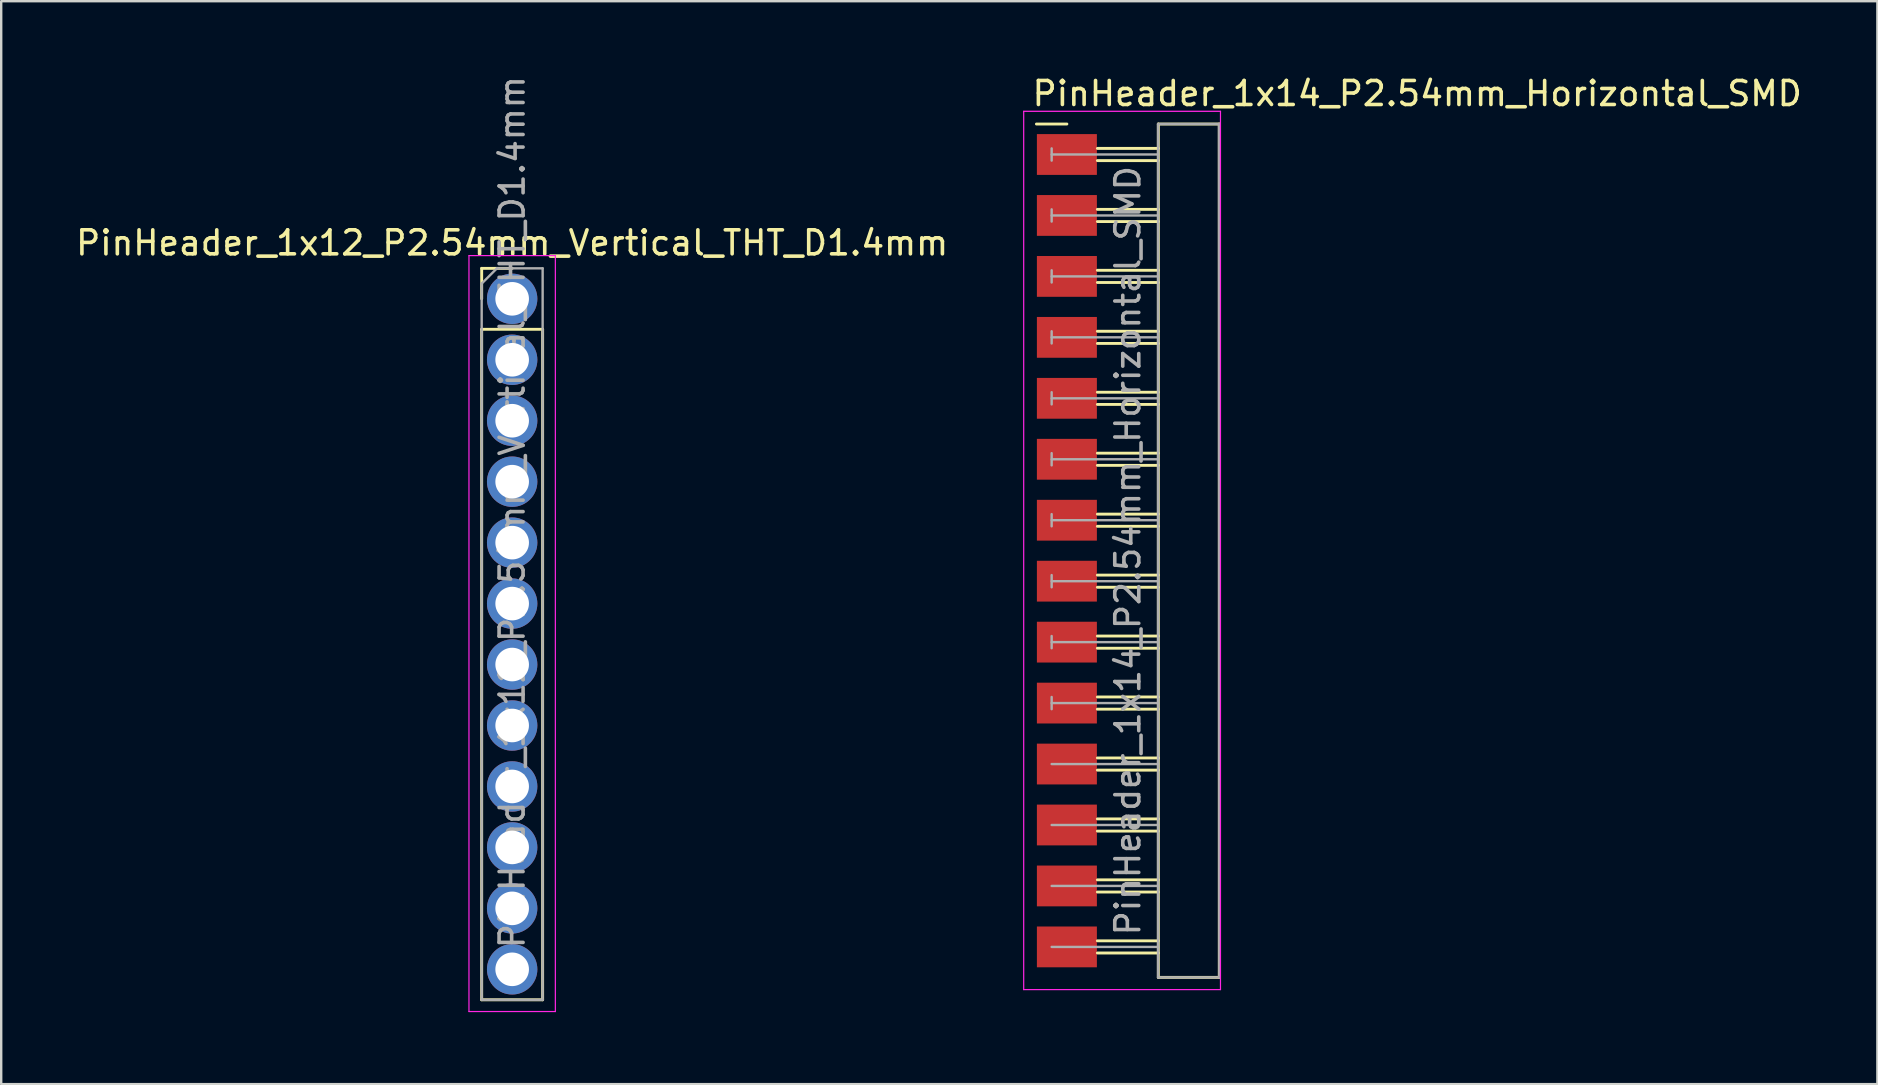
<source format=kicad_pcb>
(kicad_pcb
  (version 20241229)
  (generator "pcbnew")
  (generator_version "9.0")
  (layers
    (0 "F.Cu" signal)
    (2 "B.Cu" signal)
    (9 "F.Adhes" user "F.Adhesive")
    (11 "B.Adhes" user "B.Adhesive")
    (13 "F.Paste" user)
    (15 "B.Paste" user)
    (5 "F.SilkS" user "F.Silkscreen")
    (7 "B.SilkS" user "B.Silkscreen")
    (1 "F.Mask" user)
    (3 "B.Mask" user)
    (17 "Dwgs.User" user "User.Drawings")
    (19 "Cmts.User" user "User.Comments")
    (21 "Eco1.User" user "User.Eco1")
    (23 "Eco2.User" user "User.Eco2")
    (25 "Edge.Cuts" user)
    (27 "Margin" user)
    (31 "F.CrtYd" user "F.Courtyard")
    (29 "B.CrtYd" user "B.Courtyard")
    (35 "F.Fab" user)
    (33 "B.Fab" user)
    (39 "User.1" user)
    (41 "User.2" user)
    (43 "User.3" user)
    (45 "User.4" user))
  (footprint "PinHeader_1x14_P2.54mm_Horizontal_SMD"
    (layer "F.Cu")
    (at 41.408 3.388)
    (property "Reference" "PinHeader_1x14_P2.54mm_Horizontal_SMD" (at -1.524 -2.54 180) (layer "F.SilkS") (effects (font (size 1 1) (thickness 0.15)) (justify left)))
    (attr smd)
    (fp_line (start -1.27 -1.27) (end 0 -1.27) (stroke (width 0.12) (type solid)) (layer "F.SilkS"))
    (fp_line (start 3.81 -1.27) (end 6.35 -1.27) (stroke (width 0.12) (type solid)) (layer "F.SilkS"))
    (fp_line (start 3.81 -0.254) (end 1.27 -0.254) (stroke (width 0.12) (type solid)) (layer "F.SilkS"))
    (fp_line (start 3.81 0.254) (end 1.27 0.254) (stroke (width 0.12) (type solid)) (layer "F.SilkS"))
    (fp_line (start 3.81 2.286) (end 1.27 2.286) (stroke (width 0.12) (type solid)) (layer "F.SilkS"))
    (fp_line (start 3.81 2.794) (end 1.27 2.794) (stroke (width 0.12) (type solid)) (layer "F.SilkS"))
    (fp_line (start 3.81 4.826) (end 1.27 4.826) (stroke (width 0.12) (type solid)) (layer "F.SilkS"))
    (fp_line (start 3.81 5.334) (end 1.27 5.334) (stroke (width 0.12) (type solid)) (layer "F.SilkS"))
    (fp_line (start 3.81 7.366) (end 1.27 7.366) (stroke (width 0.12) (type solid)) (layer "F.SilkS"))
    (fp_line (start 3.81 7.874) (end 1.27 7.874) (stroke (width 0.12) (type solid)) (layer "F.SilkS"))
    (fp_line (start 3.81 9.906) (end 1.27 9.906) (stroke (width 0.12) (type solid)) (layer "F.SilkS"))
    (fp_line (start 3.81 10.414) (end 1.27 10.414) (stroke (width 0.12) (type solid)) (layer "F.SilkS"))
    (fp_line (start 3.81 12.446) (end 1.27 12.446) (stroke (width 0.12) (type solid)) (layer "F.SilkS"))
    (fp_line (start 3.81 12.954) (end 1.27 12.954) (stroke (width 0.12) (type solid)) (layer "F.SilkS"))
    (fp_line (start 3.81 14.986) (end 1.27 14.986) (stroke (width 0.12) (type solid)) (layer "F.SilkS"))
    (fp_line (start 3.81 15.494) (end 1.27 15.494) (stroke (width 0.12) (type solid)) (layer "F.SilkS"))
    (fp_line (start 3.81 17.526) (end 1.27 17.526) (stroke (width 0.12) (type solid)) (layer "F.SilkS"))
    (fp_line (start 3.81 18.034) (end 1.27 18.034) (stroke (width 0.12) (type solid)) (layer "F.SilkS"))
    (fp_line (start 3.81 20.066) (end 1.27 20.066) (stroke (width 0.12) (type solid)) (layer "F.SilkS"))
    (fp_line (start 3.81 20.574) (end 1.27 20.574) (stroke (width 0.12) (type solid)) (layer "F.SilkS"))
    (fp_line (start 3.81 22.606) (end 1.27 22.606) (stroke (width 0.12) (type solid)) (layer "F.SilkS"))
    (fp_line (start 3.81 23.114) (end 1.27 23.114) (stroke (width 0.12) (type solid)) (layer "F.SilkS"))
    (fp_line (start 3.81 25.146) (end 1.27 25.146) (stroke (width 0.12) (type solid)) (layer "F.SilkS"))
    (fp_line (start 3.81 25.654) (end 1.27 25.654) (stroke (width 0.12) (type solid)) (layer "F.SilkS"))
    (fp_line (start 3.81 27.686) (end 1.27 27.686) (stroke (width 0.12) (type solid)) (layer "F.SilkS"))
    (fp_line (start 3.81 28.194) (end 1.27 28.194) (stroke (width 0.12) (type solid)) (layer "F.SilkS"))
    (fp_line (start 3.81 30.226) (end 1.27 30.226) (stroke (width 0.12) (type solid)) (layer "F.SilkS"))
    (fp_line (start 3.81 30.734) (end 1.27 30.734) (stroke (width 0.12) (type solid)) (layer "F.SilkS"))
    (fp_line (start 3.81 32.766) (end 1.27 32.766) (stroke (width 0.12) (type solid)) (layer "F.SilkS"))
    (fp_line (start 3.81 33.274) (end 1.27 33.274) (stroke (width 0.12) (type solid)) (layer "F.SilkS"))
    (fp_line (start 3.81 34.29) (end 3.81 -1.27) (stroke (width 0.12) (type solid)) (layer "F.SilkS"))
    (fp_line (start 6.35 -1.27) (end 6.35 34.29) (stroke (width 0.12) (type solid)) (layer "F.SilkS"))
    (fp_line (start 6.35 34.29) (end 3.81 34.29) (stroke (width 0.12) (type solid)) (layer "F.SilkS"))
    (fp_line (start -1.8 -1.8) (end -1.8 34.8) (stroke (width 0.05) (type solid)) (layer "F.CrtYd"))
    (fp_line (start -1.8 34.8) (end 6.4 34.8) (stroke (width 0.05) (type solid)) (layer "F.CrtYd"))
    (fp_line (start 6.4 -1.8) (end -1.8 -1.8) (stroke (width 0.05) (type solid)) (layer "F.CrtYd"))
    (fp_line (start 6.4 34.8) (end 6.4 -1.8) (stroke (width 0.05) (type solid)) (layer "F.CrtYd"))
    (fp_line (start -0.635 -0.254) (end -0.635 0.254) (stroke (width 0.1) (type solid)) (layer "F.Fab"))
    (fp_line (start -0.635 2.286) (end -0.635 2.794) (stroke (width 0.1) (type solid)) (layer "F.Fab"))
    (fp_line (start -0.635 4.826) (end -0.635 5.334) (stroke (width 0.1) (type solid)) (layer "F.Fab"))
    (fp_line (start -0.635 7.366) (end -0.635 7.874) (stroke (width 0.1) (type solid)) (layer "F.Fab"))
    (fp_line (start -0.635 9.906) (end -0.635 10.414) (stroke (width 0.1) (type solid)) (layer "F.Fab"))
    (fp_line (start -0.635 12.446) (end -0.635 12.954) (stroke (width 0.1) (type solid)) (layer "F.Fab"))
    (fp_line (start -0.635 14.986) (end -0.635 15.494) (stroke (width 0.1) (type solid)) (layer "F.Fab"))
    (fp_line (start -0.635 17.526) (end -0.635 18.034) (stroke (width 0.1) (type solid)) (layer "F.Fab"))
    (fp_line (start -0.635 20.066) (end -0.635 20.574) (stroke (width 0.1) (type solid)) (layer "F.Fab"))
    (fp_line (start -0.635 22.606) (end -0.635 23.114) (stroke (width 0.1) (type solid)) (layer "F.Fab"))
    (fp_line (start 3.8 -1.27) (end 6.34 -1.27) (stroke (width 0.1) (type solid)) (layer "F.Fab"))
    (fp_line (start 3.8 34.29) (end 3.8 -1.27) (stroke (width 0.1) (type solid)) (layer "F.Fab"))
    (fp_line (start 3.8 34.29) (end 6.35 34.29) (stroke (width 0.1) (type solid)) (layer "F.Fab"))
    (fp_line (start 3.81 0) (end -0.635 0) (stroke (width 0.1) (type solid)) (layer "F.Fab"))
    (fp_line (start 3.81 2.54) (end -0.635 2.54) (stroke (width 0.1) (type solid)) (layer "F.Fab"))
    (fp_line (start 3.81 5.08) (end -0.635 5.08) (stroke (width 0.1) (type solid)) (layer "F.Fab"))
    (fp_line (start 3.81 7.62) (end -0.635 7.62) (stroke (width 0.1) (type solid)) (layer "F.Fab"))
    (fp_line (start 3.81 10.16) (end -0.635 10.16) (stroke (width 0.1) (type solid)) (layer "F.Fab"))
    (fp_line (start 3.81 12.7) (end -0.635 12.7) (stroke (width 0.1) (type solid)) (layer "F.Fab"))
    (fp_line (start 3.81 15.24) (end -0.635 15.24) (stroke (width 0.1) (type solid)) (layer "F.Fab"))
    (fp_line (start 3.81 17.78) (end -0.635 17.78) (stroke (width 0.1) (type solid)) (layer "F.Fab"))
    (fp_line (start 3.81 20.32) (end -0.635 20.32) (stroke (width 0.1) (type solid)) (layer "F.Fab"))
    (fp_line (start 3.81 22.86) (end -0.635 22.86) (stroke (width 0.1) (type solid)) (layer "F.Fab"))
    (fp_line (start 3.81 25.4) (end -0.635 25.4) (stroke (width 0.1) (type solid)) (layer "F.Fab"))
    (fp_line (start 3.81 27.94) (end -0.635 27.94) (stroke (width 0.1) (type solid)) (layer "F.Fab"))
    (fp_line (start 3.81 30.48) (end -0.635 30.48) (stroke (width 0.1) (type solid)) (layer "F.Fab"))
    (fp_line (start 3.81 33.02) (end -0.635 33.02) (stroke (width 0.1) (type solid)) (layer "F.Fab"))
    (fp_line (start 6.34 -1.27) (end 6.35 34.29) (stroke (width 0.1) (type solid)) (layer "F.Fab"))
    (fp_text user "${REFERENCE}" (at 2.54 16.51 90) (layer "F.Fab") (effects (font (size 1 1) (thickness 0.15))))
    (pad "1" smd rect (at 0 0) (size 2.5 1.7) (layers "F.Cu" "F.Mask" "F.Paste"))
    (pad "2" smd rect (at 0 2.54) (size 2.5 1.7) (layers "F.Cu" "F.Mask" "F.Paste"))
    (pad "3" smd rect (at 0 5.08) (size 2.5 1.7) (layers "F.Cu" "F.Mask" "F.Paste"))
    (pad "4" smd rect (at 0 7.62) (size 2.5 1.7) (layers "F.Cu" "F.Mask" "F.Paste"))
    (pad "5" smd rect (at 0 10.16) (size 2.5 1.7) (layers "F.Cu" "F.Mask" "F.Paste"))
    (pad "6" smd rect (at 0 12.7) (size 2.5 1.7) (layers "F.Cu" "F.Mask" "F.Paste"))
    (pad "7" smd rect (at 0 15.24) (size 2.5 1.7) (layers "F.Cu" "F.Mask" "F.Paste"))
    (pad "8" smd rect (at 0 17.78) (size 2.5 1.7) (layers "F.Cu" "F.Mask" "F.Paste"))
    (pad "9" smd rect (at 0 20.32) (size 2.5 1.7) (layers "F.Cu" "F.Mask" "F.Paste"))
    (pad "10" smd rect (at 0 22.86) (size 2.5 1.7) (layers "F.Cu" "F.Mask" "F.Paste"))
    (pad "11" smd rect (at 0 25.4) (size 2.5 1.7) (layers "F.Cu" "F.Mask" "F.Paste"))
    (pad "12" smd rect (at 0 27.94) (size 2.5 1.7) (layers "F.Cu" "F.Mask" "F.Paste"))
    (pad "13" smd rect (at 0 30.48) (size 2.5 1.7) (layers "F.Cu" "F.Mask" "F.Paste"))
    (pad "14" smd rect (at 0 33.02) (size 2.5 1.7) (layers "F.Cu" "F.Mask" "F.Paste")))
  (footprint "PinHeader_1x12_P2.54mm_Vertical_THT_D1.4mm"
    (layer "F.Cu")
    (at 18.292 9.402)
    (property "Reference" "PinHeader_1x12_P2.54mm_Vertical_THT_D1.4mm" (at 0 -2.33 0) (layer "F.SilkS") (effects (font (size 1 1) (thickness 0.15))))
    (attr through_hole)
    (fp_line (start -1.27 -1.27) (end 0 -1.27) (stroke (width 0.12) (type solid)) (layer "F.SilkS"))
    (fp_line (start -1.27 0) (end -1.27 -1.27) (stroke (width 0.12) (type solid)) (layer "F.SilkS"))
    (fp_line (start -1.27 1.27) (end -1.27 29.21) (stroke (width 0.12) (type solid)) (layer "F.SilkS"))
    (fp_line (start -1.27 1.27) (end 1.27 1.27) (stroke (width 0.12) (type solid)) (layer "F.SilkS"))
    (fp_line (start -1.27 29.21) (end 1.27 29.21) (stroke (width 0.12) (type solid)) (layer "F.SilkS"))
    (fp_line (start 1.27 1.27) (end 1.27 29.21) (stroke (width 0.12) (type solid)) (layer "F.SilkS"))
    (fp_line (start -1.8 -1.8) (end -1.8 29.7) (stroke (width 0.05) (type solid)) (layer "F.CrtYd"))
    (fp_line (start -1.8 29.7) (end 1.8 29.7) (stroke (width 0.05) (type solid)) (layer "F.CrtYd"))
    (fp_line (start 1.8 -1.8) (end -1.8 -1.8) (stroke (width 0.05) (type solid)) (layer "F.CrtYd"))
    (fp_line (start 1.8 29.7) (end 1.8 -1.8) (stroke (width 0.05) (type solid)) (layer "F.CrtYd"))
    (fp_line (start -1.27 -0.635) (end -0.635 -1.27) (stroke (width 0.1) (type solid)) (layer "F.Fab"))
    (fp_line (start -1.27 29.21) (end -1.27 -0.635) (stroke (width 0.1) (type solid)) (layer "F.Fab"))
    (fp_line (start -0.635 -1.27) (end 1.27 -1.27) (stroke (width 0.1) (type solid)) (layer "F.Fab"))
    (fp_line (start 1.27 -1.27) (end 1.27 29.21) (stroke (width 0.1) (type solid)) (layer "F.Fab"))
    (fp_line (start 1.27 29.21) (end -1.27 29.21) (stroke (width 0.1) (type solid)) (layer "F.Fab"))
    (fp_text user "${REFERENCE}" (at 0 8.89 90) (layer "F.Fab") (effects (font (size 1 1) (thickness 0.15))))
    (pad "1" thru_hole circle (at 0 0) (size 2.1 2.1) (drill 1.4) (layers "*.Cu" "*.Mask"))
    (pad "2" thru_hole circle (at 0 2.54) (size 2.1 2.1) (drill 1.4) (layers "*.Cu" "*.Mask"))
    (pad "3" thru_hole circle (at 0 5.08) (size 2.1 2.1) (drill 1.4) (layers "*.Cu" "*.Mask"))
    (pad "4" thru_hole circle (at 0 7.62) (size 2.1 2.1) (drill 1.4) (layers "*.Cu" "*.Mask"))
    (pad "5" thru_hole circle (at 0 10.16) (size 2.1 2.1) (drill 1.4) (layers "*.Cu" "*.Mask"))
    (pad "6" thru_hole circle (at 0 12.7) (size 2.1 2.1) (drill 1.4) (layers "*.Cu" "*.Mask"))
    (pad "7" thru_hole circle (at 0 15.24) (size 2.1 2.1) (drill 1.4) (layers "*.Cu" "*.Mask"))
    (pad "8" thru_hole circle (at 0 17.78) (size 2.1 2.1) (drill 1.4) (layers "*.Cu" "*.Mask"))
    (pad "9" thru_hole circle (at 0 20.32) (size 2.1 2.1) (drill 1.4) (layers "*.Cu" "*.Mask"))
    (pad "10" thru_hole circle (at 0 22.86) (size 2.1 2.1) (drill 1.4) (layers "*.Cu" "*.Mask"))
    (pad "11" thru_hole circle (at 0 25.4) (size 2.1 2.1) (drill 1.4) (layers "*.Cu" "*.Mask"))
    (pad "12" thru_hole circle (at 0 27.94) (size 2.1 2.1) (drill 1.4) (layers "*.Cu" "*.Mask")))
  (gr_rect
    (start -3 -3)
    (end 75.182 42.127)
    (stroke (width 0.1) (type default))
    (fill no)
    (layer "Edge.Cuts")))
</source>
